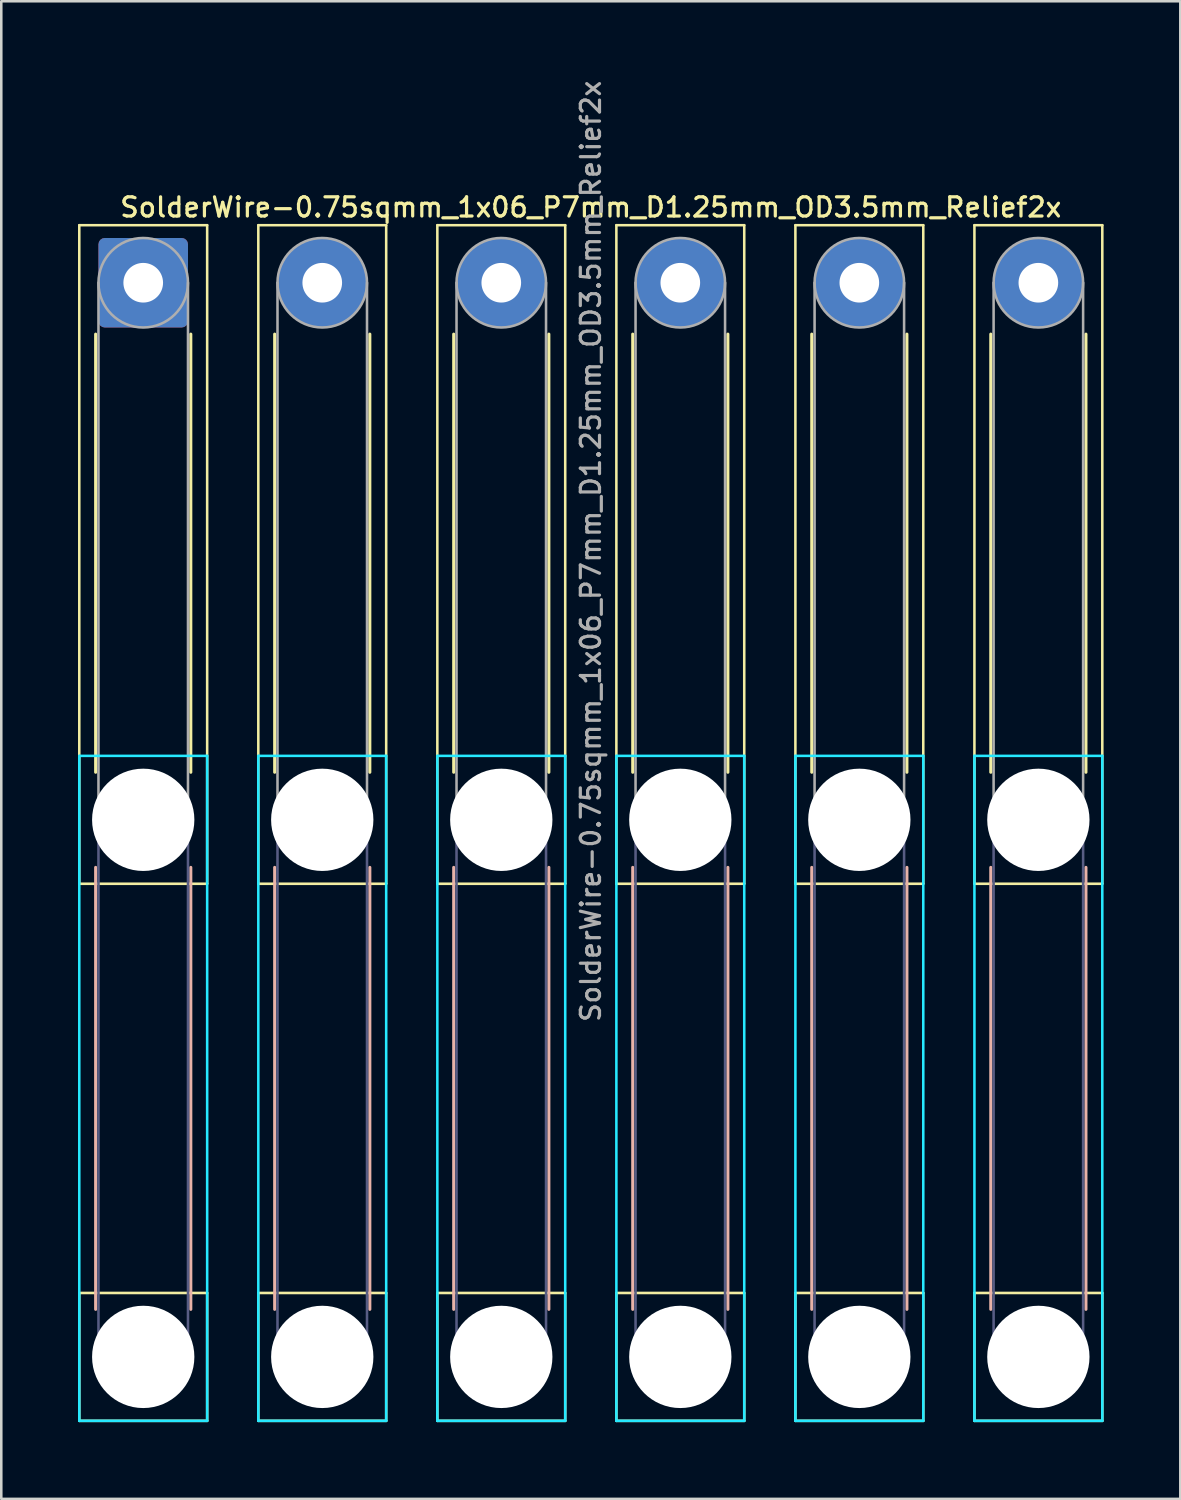
<source format=kicad_pcb>
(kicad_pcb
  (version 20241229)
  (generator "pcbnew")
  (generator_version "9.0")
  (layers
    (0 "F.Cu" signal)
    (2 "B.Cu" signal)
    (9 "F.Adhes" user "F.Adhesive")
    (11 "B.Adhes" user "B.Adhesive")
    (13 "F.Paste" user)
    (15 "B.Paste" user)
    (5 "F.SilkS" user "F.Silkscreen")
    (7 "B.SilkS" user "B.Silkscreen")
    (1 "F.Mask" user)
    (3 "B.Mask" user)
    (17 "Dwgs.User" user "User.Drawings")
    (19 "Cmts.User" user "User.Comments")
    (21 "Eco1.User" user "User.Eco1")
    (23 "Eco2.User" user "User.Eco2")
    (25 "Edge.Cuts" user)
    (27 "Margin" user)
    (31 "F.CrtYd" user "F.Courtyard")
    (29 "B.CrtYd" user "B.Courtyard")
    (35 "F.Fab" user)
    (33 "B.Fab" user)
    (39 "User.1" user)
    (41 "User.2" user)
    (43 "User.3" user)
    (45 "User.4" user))
  (footprint "SolderWire-0.75sqmm_1x06_P7mm_D1.25mm_OD3.5mm_Relief2x"
    (layer "F.Cu")
    (at 2.55 8.005)
    (property "Reference" "SolderWire-0.75sqmm_1x06_P7mm_D1.25mm_OD3.5mm_Relief2x" (at 17.5 -2.95 0) (layer "F.SilkS") (effects (font (size 0.75 0.75) (thickness 0.125))))
    (attr exclude_from_pos_files exclude_from_bom)
    (fp_line (start -2.5 -2.25) (end -2.5 23.5) (stroke (width 0.1) (type solid)) (layer "F.SilkS"))
    (fp_line (start -2.5 23.5) (end 2.5 23.5) (stroke (width 0.1) (type solid)) (layer "F.SilkS"))
    (fp_line (start -2.5 39.5) (end -2.5 44.5) (stroke (width 0.1) (type solid)) (layer "F.SilkS"))
    (fp_line (start -2.5 44.5) (end 2.5 44.5) (stroke (width 0.1) (type solid)) (layer "F.SilkS"))
    (fp_line (start -1.86 2.01) (end -1.86 19.14) (stroke (width 0.12) (type solid)) (layer "F.SilkS"))
    (fp_line (start 1.86 2.01) (end 1.86 19.14) (stroke (width 0.12) (type solid)) (layer "F.SilkS"))
    (fp_line (start 2.5 -2.25) (end -2.5 -2.25) (stroke (width 0.1) (type solid)) (layer "F.SilkS"))
    (fp_line (start 2.5 23.5) (end 2.5 -2.25) (stroke (width 0.1) (type solid)) (layer "F.SilkS"))
    (fp_line (start 2.5 39.5) (end -2.5 39.5) (stroke (width 0.1) (type solid)) (layer "F.SilkS"))
    (fp_line (start 2.5 44.5) (end 2.5 39.5) (stroke (width 0.1) (type solid)) (layer "F.SilkS"))
    (fp_line (start 4.5 -2.25) (end 4.5 23.5) (stroke (width 0.1) (type solid)) (layer "F.SilkS"))
    (fp_line (start 4.5 23.5) (end 9.5 23.5) (stroke (width 0.1) (type solid)) (layer "F.SilkS"))
    (fp_line (start 4.5 39.5) (end 4.5 44.5) (stroke (width 0.1) (type solid)) (layer "F.SilkS"))
    (fp_line (start 4.5 44.5) (end 9.5 44.5) (stroke (width 0.1) (type solid)) (layer "F.SilkS"))
    (fp_line (start 5.14 2.01) (end 5.14 19.14) (stroke (width 0.12) (type solid)) (layer "F.SilkS"))
    (fp_line (start 8.86 2.01) (end 8.86 19.14) (stroke (width 0.12) (type solid)) (layer "F.SilkS"))
    (fp_line (start 9.5 -2.25) (end 4.5 -2.25) (stroke (width 0.1) (type solid)) (layer "F.SilkS"))
    (fp_line (start 9.5 23.5) (end 9.5 -2.25) (stroke (width 0.1) (type solid)) (layer "F.SilkS"))
    (fp_line (start 9.5 39.5) (end 4.5 39.5) (stroke (width 0.1) (type solid)) (layer "F.SilkS"))
    (fp_line (start 9.5 44.5) (end 9.5 39.5) (stroke (width 0.1) (type solid)) (layer "F.SilkS"))
    (fp_line (start 11.5 -2.25) (end 11.5 23.5) (stroke (width 0.1) (type solid)) (layer "F.SilkS"))
    (fp_line (start 11.5 23.5) (end 16.5 23.5) (stroke (width 0.1) (type solid)) (layer "F.SilkS"))
    (fp_line (start 11.5 39.5) (end 11.5 44.5) (stroke (width 0.1) (type solid)) (layer "F.SilkS"))
    (fp_line (start 11.5 44.5) (end 16.5 44.5) (stroke (width 0.1) (type solid)) (layer "F.SilkS"))
    (fp_line (start 12.14 2.01) (end 12.14 19.14) (stroke (width 0.12) (type solid)) (layer "F.SilkS"))
    (fp_line (start 15.86 2.01) (end 15.86 19.14) (stroke (width 0.12) (type solid)) (layer "F.SilkS"))
    (fp_line (start 16.5 -2.25) (end 11.5 -2.25) (stroke (width 0.1) (type solid)) (layer "F.SilkS"))
    (fp_line (start 16.5 23.5) (end 16.5 -2.25) (stroke (width 0.1) (type solid)) (layer "F.SilkS"))
    (fp_line (start 16.5 39.5) (end 11.5 39.5) (stroke (width 0.1) (type solid)) (layer "F.SilkS"))
    (fp_line (start 16.5 44.5) (end 16.5 39.5) (stroke (width 0.1) (type solid)) (layer "F.SilkS"))
    (fp_line (start 18.5 -2.25) (end 18.5 23.5) (stroke (width 0.1) (type solid)) (layer "F.SilkS"))
    (fp_line (start 18.5 23.5) (end 23.5 23.5) (stroke (width 0.1) (type solid)) (layer "F.SilkS"))
    (fp_line (start 18.5 39.5) (end 18.5 44.5) (stroke (width 0.1) (type solid)) (layer "F.SilkS"))
    (fp_line (start 18.5 44.5) (end 23.5 44.5) (stroke (width 0.1) (type solid)) (layer "F.SilkS"))
    (fp_line (start 19.14 2.01) (end 19.14 19.14) (stroke (width 0.12) (type solid)) (layer "F.SilkS"))
    (fp_line (start 22.86 2.01) (end 22.86 19.14) (stroke (width 0.12) (type solid)) (layer "F.SilkS"))
    (fp_line (start 23.5 -2.25) (end 18.5 -2.25) (stroke (width 0.1) (type solid)) (layer "F.SilkS"))
    (fp_line (start 23.5 23.5) (end 23.5 -2.25) (stroke (width 0.1) (type solid)) (layer "F.SilkS"))
    (fp_line (start 23.5 39.5) (end 18.5 39.5) (stroke (width 0.1) (type solid)) (layer "F.SilkS"))
    (fp_line (start 23.5 44.5) (end 23.5 39.5) (stroke (width 0.1) (type solid)) (layer "F.SilkS"))
    (fp_line (start 25.5 -2.25) (end 25.5 23.5) (stroke (width 0.1) (type solid)) (layer "F.SilkS"))
    (fp_line (start 25.5 23.5) (end 30.5 23.5) (stroke (width 0.1) (type solid)) (layer "F.SilkS"))
    (fp_line (start 25.5 39.5) (end 25.5 44.5) (stroke (width 0.1) (type solid)) (layer "F.SilkS"))
    (fp_line (start 25.5 44.5) (end 30.5 44.5) (stroke (width 0.1) (type solid)) (layer "F.SilkS"))
    (fp_line (start 26.14 2.01) (end 26.14 19.14) (stroke (width 0.12) (type solid)) (layer "F.SilkS"))
    (fp_line (start 29.86 2.01) (end 29.86 19.14) (stroke (width 0.12) (type solid)) (layer "F.SilkS"))
    (fp_line (start 30.5 -2.25) (end 25.5 -2.25) (stroke (width 0.1) (type solid)) (layer "F.SilkS"))
    (fp_line (start 30.5 23.5) (end 30.5 -2.25) (stroke (width 0.1) (type solid)) (layer "F.SilkS"))
    (fp_line (start 30.5 39.5) (end 25.5 39.5) (stroke (width 0.1) (type solid)) (layer "F.SilkS"))
    (fp_line (start 30.5 44.5) (end 30.5 39.5) (stroke (width 0.1) (type solid)) (layer "F.SilkS"))
    (fp_line (start 32.5 -2.25) (end 32.5 23.5) (stroke (width 0.1) (type solid)) (layer "F.SilkS"))
    (fp_line (start 32.5 23.5) (end 37.5 23.5) (stroke (width 0.1) (type solid)) (layer "F.SilkS"))
    (fp_line (start 32.5 39.5) (end 32.5 44.5) (stroke (width 0.1) (type solid)) (layer "F.SilkS"))
    (fp_line (start 32.5 44.5) (end 37.5 44.5) (stroke (width 0.1) (type solid)) (layer "F.SilkS"))
    (fp_line (start 33.14 2.01) (end 33.14 19.14) (stroke (width 0.12) (type solid)) (layer "F.SilkS"))
    (fp_line (start 36.86 2.01) (end 36.86 19.14) (stroke (width 0.12) (type solid)) (layer "F.SilkS"))
    (fp_line (start 37.5 -2.25) (end 32.5 -2.25) (stroke (width 0.1) (type solid)) (layer "F.SilkS"))
    (fp_line (start 37.5 23.5) (end 37.5 -2.25) (stroke (width 0.1) (type solid)) (layer "F.SilkS"))
    (fp_line (start 37.5 39.5) (end 32.5 39.5) (stroke (width 0.1) (type solid)) (layer "F.SilkS"))
    (fp_line (start 37.5 44.5) (end 37.5 39.5) (stroke (width 0.1) (type solid)) (layer "F.SilkS"))
    (fp_line (start -1.86 22.86) (end -1.86 40.14) (stroke (width 0.12) (type solid)) (layer "B.SilkS"))
    (fp_line (start 1.86 22.86) (end 1.86 40.14) (stroke (width 0.12) (type solid)) (layer "B.SilkS"))
    (fp_line (start 5.14 22.86) (end 5.14 40.14) (stroke (width 0.12) (type solid)) (layer "B.SilkS"))
    (fp_line (start 8.86 22.86) (end 8.86 40.14) (stroke (width 0.12) (type solid)) (layer "B.SilkS"))
    (fp_line (start 12.14 22.86) (end 12.14 40.14) (stroke (width 0.12) (type solid)) (layer "B.SilkS"))
    (fp_line (start 15.86 22.86) (end 15.86 40.14) (stroke (width 0.12) (type solid)) (layer "B.SilkS"))
    (fp_line (start 19.14 22.86) (end 19.14 40.14) (stroke (width 0.12) (type solid)) (layer "B.SilkS"))
    (fp_line (start 22.86 22.86) (end 22.86 40.14) (stroke (width 0.12) (type solid)) (layer "B.SilkS"))
    (fp_line (start 26.14 22.86) (end 26.14 40.14) (stroke (width 0.12) (type solid)) (layer "B.SilkS"))
    (fp_line (start 29.86 22.86) (end 29.86 40.14) (stroke (width 0.12) (type solid)) (layer "B.SilkS"))
    (fp_line (start 33.14 22.86) (end 33.14 40.14) (stroke (width 0.12) (type solid)) (layer "B.SilkS"))
    (fp_line (start 36.86 22.86) (end 36.86 40.14) (stroke (width 0.12) (type solid)) (layer "B.SilkS"))
    (fp_line (start -2.5 18.5) (end -2.5 44.5) (stroke (width 0.1) (type solid)) (layer "B.CrtYd"))
    (fp_line (start -2.5 44.5) (end 2.5 44.5) (stroke (width 0.1) (type solid)) (layer "B.CrtYd"))
    (fp_line (start 2.5 18.5) (end -2.5 18.5) (stroke (width 0.1) (type solid)) (layer "B.CrtYd"))
    (fp_line (start 2.5 44.5) (end 2.5 18.5) (stroke (width 0.1) (type solid)) (layer "B.CrtYd"))
    (fp_line (start 4.5 18.5) (end 4.5 44.5) (stroke (width 0.1) (type solid)) (layer "B.CrtYd"))
    (fp_line (start 4.5 44.5) (end 9.5 44.5) (stroke (width 0.1) (type solid)) (layer "B.CrtYd"))
    (fp_line (start 9.5 18.5) (end 4.5 18.5) (stroke (width 0.1) (type solid)) (layer "B.CrtYd"))
    (fp_line (start 9.5 44.5) (end 9.5 18.5) (stroke (width 0.1) (type solid)) (layer "B.CrtYd"))
    (fp_line (start 11.5 18.5) (end 11.5 44.5) (stroke (width 0.1) (type solid)) (layer "B.CrtYd"))
    (fp_line (start 11.5 44.5) (end 16.5 44.5) (stroke (width 0.1) (type solid)) (layer "B.CrtYd"))
    (fp_line (start 16.5 18.5) (end 11.5 18.5) (stroke (width 0.1) (type solid)) (layer "B.CrtYd"))
    (fp_line (start 16.5 44.5) (end 16.5 18.5) (stroke (width 0.1) (type solid)) (layer "B.CrtYd"))
    (fp_line (start 18.5 18.5) (end 18.5 44.5) (stroke (width 0.1) (type solid)) (layer "B.CrtYd"))
    (fp_line (start 18.5 44.5) (end 23.5 44.5) (stroke (width 0.1) (type solid)) (layer "B.CrtYd"))
    (fp_line (start 23.5 18.5) (end 18.5 18.5) (stroke (width 0.1) (type solid)) (layer "B.CrtYd"))
    (fp_line (start 23.5 44.5) (end 23.5 18.5) (stroke (width 0.1) (type solid)) (layer "B.CrtYd"))
    (fp_line (start 25.5 18.5) (end 25.5 44.5) (stroke (width 0.1) (type solid)) (layer "B.CrtYd"))
    (fp_line (start 25.5 44.5) (end 30.5 44.5) (stroke (width 0.1) (type solid)) (layer "B.CrtYd"))
    (fp_line (start 30.5 18.5) (end 25.5 18.5) (stroke (width 0.1) (type solid)) (layer "B.CrtYd"))
    (fp_line (start 30.5 44.5) (end 30.5 18.5) (stroke (width 0.1) (type solid)) (layer "B.CrtYd"))
    (fp_line (start 32.5 18.5) (end 32.5 44.5) (stroke (width 0.1) (type solid)) (layer "B.CrtYd"))
    (fp_line (start 32.5 44.5) (end 37.5 44.5) (stroke (width 0.1) (type solid)) (layer "B.CrtYd"))
    (fp_line (start 37.5 18.5) (end 32.5 18.5) (stroke (width 0.1) (type solid)) (layer "B.CrtYd"))
    (fp_line (start 37.5 44.5) (end 37.5 18.5) (stroke (width 0.1) (type solid)) (layer "B.CrtYd"))
    (fp_line (start -1.75 21) (end -1.75 42) (stroke (width 0.1) (type solid)) (layer "B.Fab"))
    (fp_line (start 1.75 21) (end 1.75 42) (stroke (width 0.1) (type solid)) (layer "B.Fab"))
    (fp_line (start 5.25 21) (end 5.25 42) (stroke (width 0.1) (type solid)) (layer "B.Fab"))
    (fp_line (start 8.75 21) (end 8.75 42) (stroke (width 0.1) (type solid)) (layer "B.Fab"))
    (fp_line (start 12.25 21) (end 12.25 42) (stroke (width 0.1) (type solid)) (layer "B.Fab"))
    (fp_line (start 15.75 21) (end 15.75 42) (stroke (width 0.1) (type solid)) (layer "B.Fab"))
    (fp_line (start 19.25 21) (end 19.25 42) (stroke (width 0.1) (type solid)) (layer "B.Fab"))
    (fp_line (start 22.75 21) (end 22.75 42) (stroke (width 0.1) (type solid)) (layer "B.Fab"))
    (fp_line (start 26.25 21) (end 26.25 42) (stroke (width 0.1) (type solid)) (layer "B.Fab"))
    (fp_line (start 29.75 21) (end 29.75 42) (stroke (width 0.1) (type solid)) (layer "B.Fab"))
    (fp_line (start 33.25 21) (end 33.25 42) (stroke (width 0.1) (type solid)) (layer "B.Fab"))
    (fp_line (start 36.75 21) (end 36.75 42) (stroke (width 0.1) (type solid)) (layer "B.Fab"))
    (fp_circle (center 0 21) (end 1.75 21) (stroke (width 0.1) (type solid)) (fill no) (layer "B.Fab"))
    (fp_circle (center 0 42) (end 1.75 42) (stroke (width 0.1) (type solid)) (fill no) (layer "B.Fab"))
    (fp_circle (center 7 21) (end 8.75 21) (stroke (width 0.1) (type solid)) (fill no) (layer "B.Fab"))
    (fp_circle (center 7 42) (end 8.75 42) (stroke (width 0.1) (type solid)) (fill no) (layer "B.Fab"))
    (fp_circle (center 14 21) (end 15.75 21) (stroke (width 0.1) (type solid)) (fill no) (layer "B.Fab"))
    (fp_circle (center 14 42) (end 15.75 42) (stroke (width 0.1) (type solid)) (fill no) (layer "B.Fab"))
    (fp_circle (center 21 21) (end 22.75 21) (stroke (width 0.1) (type solid)) (fill no) (layer "B.Fab"))
    (fp_circle (center 21 42) (end 22.75 42) (stroke (width 0.1) (type solid)) (fill no) (layer "B.Fab"))
    (fp_circle (center 28 21) (end 29.75 21) (stroke (width 0.1) (type solid)) (fill no) (layer "B.Fab"))
    (fp_circle (center 28 42) (end 29.75 42) (stroke (width 0.1) (type solid)) (fill no) (layer "B.Fab"))
    (fp_circle (center 35 21) (end 36.75 21) (stroke (width 0.1) (type solid)) (fill no) (layer "B.Fab"))
    (fp_circle (center 35 42) (end 36.75 42) (stroke (width 0.1) (type solid)) (fill no) (layer "B.Fab"))
    (fp_line (start -1.75 0) (end -1.75 21) (stroke (width 0.1) (type solid)) (layer "F.Fab"))
    (fp_line (start 1.75 0) (end 1.75 21) (stroke (width 0.1) (type solid)) (layer "F.Fab"))
    (fp_line (start 5.25 0) (end 5.25 21) (stroke (width 0.1) (type solid)) (layer "F.Fab"))
    (fp_line (start 8.75 0) (end 8.75 21) (stroke (width 0.1) (type solid)) (layer "F.Fab"))
    (fp_line (start 12.25 0) (end 12.25 21) (stroke (width 0.1) (type solid)) (layer "F.Fab"))
    (fp_line (start 15.75 0) (end 15.75 21) (stroke (width 0.1) (type solid)) (layer "F.Fab"))
    (fp_line (start 19.25 0) (end 19.25 21) (stroke (width 0.1) (type solid)) (layer "F.Fab"))
    (fp_line (start 22.75 0) (end 22.75 21) (stroke (width 0.1) (type solid)) (layer "F.Fab"))
    (fp_line (start 26.25 0) (end 26.25 21) (stroke (width 0.1) (type solid)) (layer "F.Fab"))
    (fp_line (start 29.75 0) (end 29.75 21) (stroke (width 0.1) (type solid)) (layer "F.Fab"))
    (fp_line (start 33.25 0) (end 33.25 21) (stroke (width 0.1) (type solid)) (layer "F.Fab"))
    (fp_line (start 36.75 0) (end 36.75 21) (stroke (width 0.1) (type solid)) (layer "F.Fab"))
    (fp_circle (center 0 0) (end 1.75 0) (stroke (width 0.1) (type solid)) (fill no) (layer "F.Fab"))
    (fp_circle (center 0 21) (end 1.75 21) (stroke (width 0.1) (type solid)) (fill no) (layer "F.Fab"))
    (fp_circle (center 0 42) (end 1.75 42) (stroke (width 0.1) (type solid)) (fill no) (layer "F.Fab"))
    (fp_circle (center 7 0) (end 8.75 0) (stroke (width 0.1) (type solid)) (fill no) (layer "F.Fab"))
    (fp_circle (center 7 21) (end 8.75 21) (stroke (width 0.1) (type solid)) (fill no) (layer "F.Fab"))
    (fp_circle (center 7 42) (end 8.75 42) (stroke (width 0.1) (type solid)) (fill no) (layer "F.Fab"))
    (fp_circle (center 14 0) (end 15.75 0) (stroke (width 0.1) (type solid)) (fill no) (layer "F.Fab"))
    (fp_circle (center 14 21) (end 15.75 21) (stroke (width 0.1) (type solid)) (fill no) (layer "F.Fab"))
    (fp_circle (center 14 42) (end 15.75 42) (stroke (width 0.1) (type solid)) (fill no) (layer "F.Fab"))
    (fp_circle (center 21 0) (end 22.75 0) (stroke (width 0.1) (type solid)) (fill no) (layer "F.Fab"))
    (fp_circle (center 21 21) (end 22.75 21) (stroke (width 0.1) (type solid)) (fill no) (layer "F.Fab"))
    (fp_circle (center 21 42) (end 22.75 42) (stroke (width 0.1) (type solid)) (fill no) (layer "F.Fab"))
    (fp_circle (center 28 0) (end 29.75 0) (stroke (width 0.1) (type solid)) (fill no) (layer "F.Fab"))
    (fp_circle (center 28 21) (end 29.75 21) (stroke (width 0.1) (type solid)) (fill no) (layer "F.Fab"))
    (fp_circle (center 28 42) (end 29.75 42) (stroke (width 0.1) (type solid)) (fill no) (layer "F.Fab"))
    (fp_circle (center 35 0) (end 36.75 0) (stroke (width 0.1) (type solid)) (fill no) (layer "F.Fab"))
    (fp_circle (center 35 21) (end 36.75 21) (stroke (width 0.1) (type solid)) (fill no) (layer "F.Fab"))
    (fp_circle (center 35 42) (end 36.75 42) (stroke (width 0.1) (type solid)) (fill no) (layer "F.Fab"))
    (fp_text user "${REFERENCE}" (at 17.5 10.5 90) (layer "F.Fab") (effects (font (size 0.75 0.75) (thickness 0.125))))
    (pad "" np_thru_hole circle (at 0 21) (size 4 4) (drill 4) (layers "*.Cu" "*.Mask"))
    (pad "" np_thru_hole circle (at 0 42) (size 4 4) (drill 4) (layers "*.Cu" "*.Mask"))
    (pad "" np_thru_hole circle (at 7 21) (size 4 4) (drill 4) (layers "*.Cu" "*.Mask"))
    (pad "" np_thru_hole circle (at 7 42) (size 4 4) (drill 4) (layers "*.Cu" "*.Mask"))
    (pad "" np_thru_hole circle (at 14 21) (size 4 4) (drill 4) (layers "*.Cu" "*.Mask"))
    (pad "" np_thru_hole circle (at 14 42) (size 4 4) (drill 4) (layers "*.Cu" "*.Mask"))
    (pad "" np_thru_hole circle (at 21 21) (size 4 4) (drill 4) (layers "*.Cu" "*.Mask"))
    (pad "" np_thru_hole circle (at 21 42) (size 4 4) (drill 4) (layers "*.Cu" "*.Mask"))
    (pad "" np_thru_hole circle (at 28 21) (size 4 4) (drill 4) (layers "*.Cu" "*.Mask"))
    (pad "" np_thru_hole circle (at 28 42) (size 4 4) (drill 4) (layers "*.Cu" "*.Mask"))
    (pad "" np_thru_hole circle (at 35 21) (size 4 4) (drill 4) (layers "*.Cu" "*.Mask"))
    (pad "" np_thru_hole circle (at 35 42) (size 4 4) (drill 4) (layers "*.Cu" "*.Mask"))
    (pad "1" thru_hole roundrect (at 0 0) (size 3.5 3.5) (drill 1.55) (layers "*.Cu" "*.Mask") (roundrect_rratio 0.071))
    (pad "2" thru_hole circle (at 7 0) (size 3.5 3.5) (drill 1.55) (layers "*.Cu" "*.Mask"))
    (pad "3" thru_hole circle (at 14 0) (size 3.5 3.5) (drill 1.55) (layers "*.Cu" "*.Mask"))
    (pad "4" thru_hole circle (at 21 0) (size 3.5 3.5) (drill 1.55) (layers "*.Cu" "*.Mask"))
    (pad "5" thru_hole circle (at 28 0) (size 3.5 3.5) (drill 1.55) (layers "*.Cu" "*.Mask"))
    (pad "6" thru_hole circle (at 35 0) (size 3.5 3.5) (drill 1.55) (layers "*.Cu" "*.Mask")))
  (gr_rect
    (start -3 -3)
    (end 43.1 55.555)
    (stroke (width 0.1) (type default))
    (fill no)
    (layer "Edge.Cuts")))
</source>
